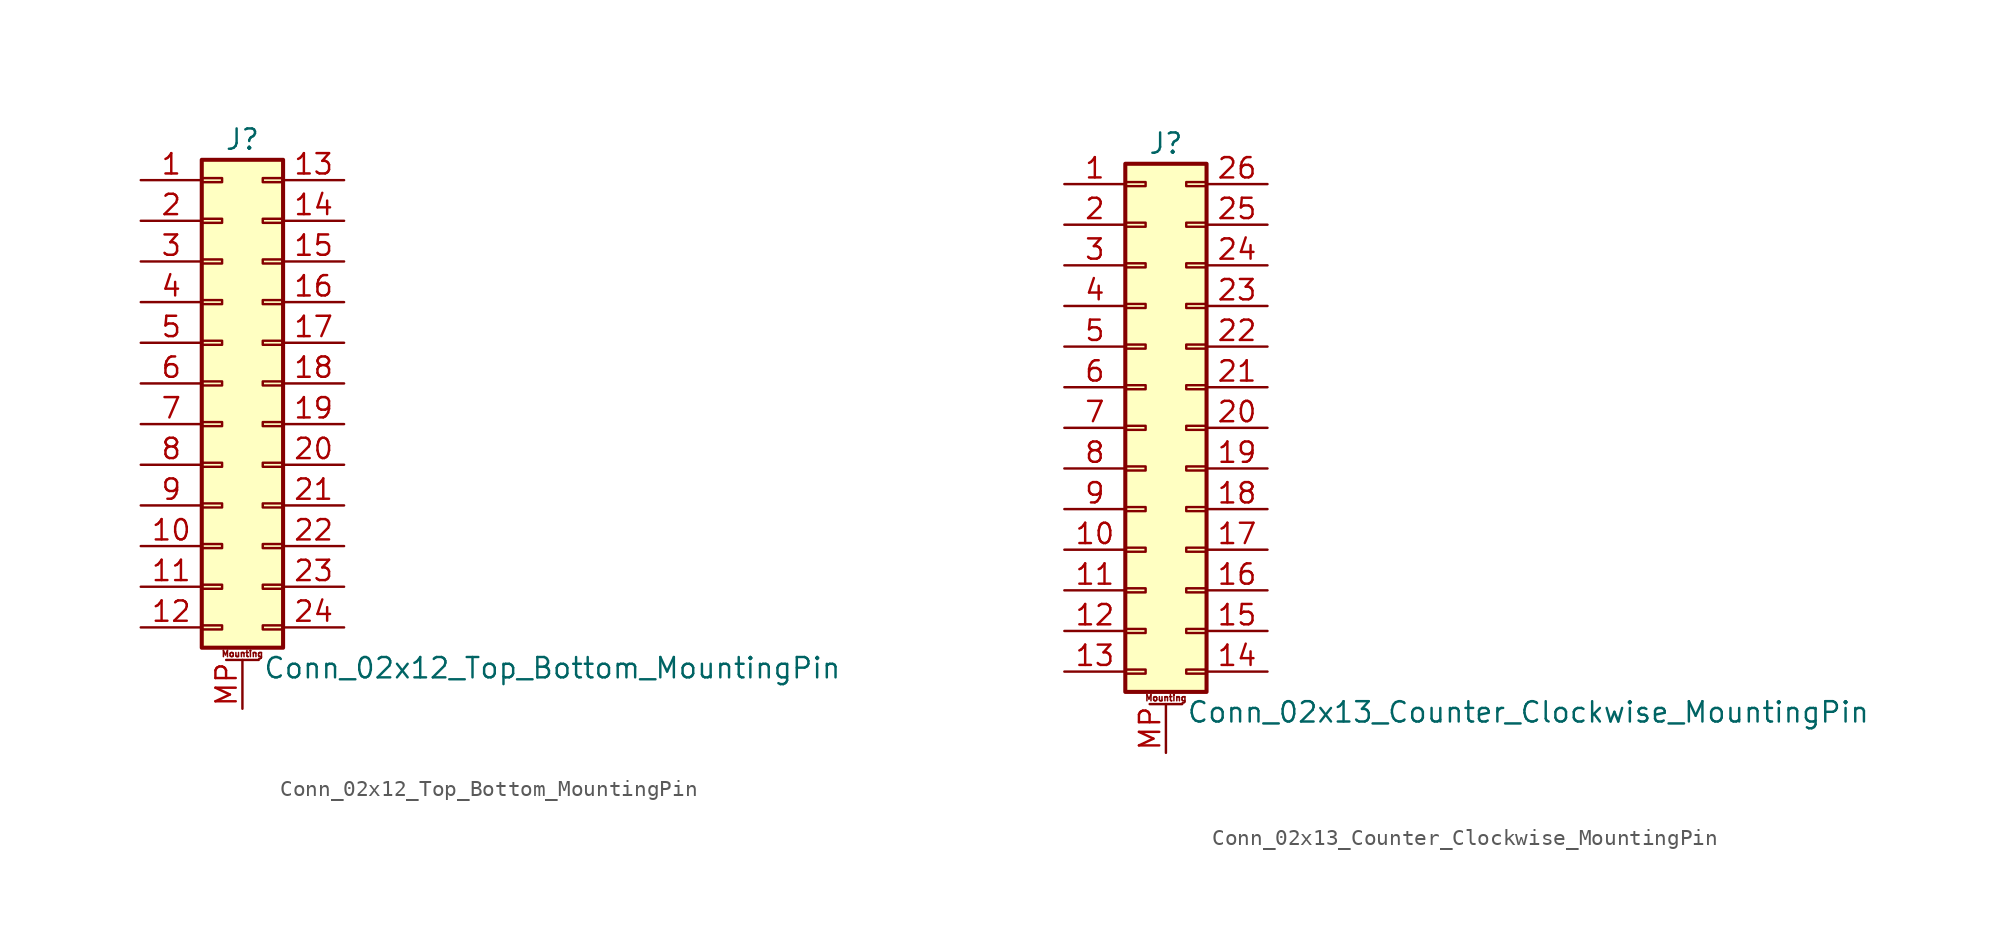
<source format=kicad_sym>
(kicad_symbol_lib
  (version 20201005)
  (generator kicad_symbol_editor)
  (symbol "Conn_02x12_Top_Bottom_MountingPin"
    (pin_names
      (offset 1.016) hide)
    (property "Reference" "J"
      (at 1.27 15.24 0)
      (effects (font (size 1.27 1.27))))
    (property "Value" "Conn_02x12_Top_Bottom_MountingPin"
      (at 2.54 -17.78 0)
      (effects (font (size 1.27 1.27)) (justify left)))
    (symbol "Conn_02x12_Top_Bottom_MountingPin_1_1"
      (text "Mounting" (at 1.27 -16.891 0) (effects (font (size 0.381 0.381))))
      (rectangle (start -1.27 -15.113) (end 0 -15.367) (stroke (width 0.152)) (fill (type none)))
      (rectangle (start -1.27 -12.573) (end 0 -12.827) (stroke (width 0.152)) (fill (type none)))
      (rectangle (start -1.27 -10.033) (end 0 -10.287) (stroke (width 0.152)) (fill (type none)))
      (rectangle (start -1.27 -7.493) (end 0 -7.747) (stroke (width 0.152)) (fill (type none)))
      (rectangle (start -1.27 -4.953) (end 0 -5.207) (stroke (width 0.152)) (fill (type none)))
      (rectangle (start -1.27 -2.413) (end 0 -2.667) (stroke (width 0.152)) (fill (type none)))
      (rectangle (start -1.27 0.127) (end 0 -0.127) (stroke (width 0.152)) (fill (type none)))
      (rectangle (start -1.27 2.667) (end 0 2.413) (stroke (width 0.152)) (fill (type none)))
      (rectangle (start -1.27 5.207) (end 0 4.953) (stroke (width 0.152)) (fill (type none)))
      (rectangle (start -1.27 7.747) (end 0 7.493) (stroke (width 0.152)) (fill (type none)))
      (rectangle (start -1.27 10.287) (end 0 10.033) (stroke (width 0.152)) (fill (type none)))
      (rectangle (start -1.27 12.827) (end 0 12.573) (stroke (width 0.152)) (fill (type none)))
      (rectangle (start 3.81 -15.113) (end 2.54 -15.367) (stroke (width 0.152)) (fill (type none)))
      (rectangle (start 3.81 -12.573) (end 2.54 -12.827) (stroke (width 0.152)) (fill (type none)))
      (rectangle (start 3.81 -10.033) (end 2.54 -10.287) (stroke (width 0.152)) (fill (type none)))
      (rectangle (start 3.81 -7.493) (end 2.54 -7.747) (stroke (width 0.152)) (fill (type none)))
      (rectangle (start 3.81 -4.953) (end 2.54 -5.207) (stroke (width 0.152)) (fill (type none)))
      (rectangle (start 3.81 -2.413) (end 2.54 -2.667) (stroke (width 0.152)) (fill (type none)))
      (rectangle (start 3.81 0.127) (end 2.54 -0.127) (stroke (width 0.152)) (fill (type none)))
      (rectangle (start 3.81 2.667) (end 2.54 2.413) (stroke (width 0.152)) (fill (type none)))
      (rectangle (start 3.81 5.207) (end 2.54 4.953) (stroke (width 0.152)) (fill (type none)))
      (rectangle (start 3.81 7.747) (end 2.54 7.493) (stroke (width 0.152)) (fill (type none)))
      (rectangle (start 3.81 10.287) (end 2.54 10.033) (stroke (width 0.152)) (fill (type none)))
      (rectangle (start 3.81 12.827) (end 2.54 12.573) (stroke (width 0.152)) (fill (type none)))
      (rectangle (start -1.27 13.97) (end 3.81 -16.51) (stroke (width 0.254)) (fill (type background)))
      (polyline (pts (xy 0.254 -17.272) (xy 2.286 -17.272)) (stroke (width 0.152)) (fill (type none)))
      (pin passive line (at -5.08 12.7 0) (length 3.81) (name "Pin_1" (effects (font (size 1.27 1.27)))) (number "1" (effects (font (size 1.27 1.27)))))
      (pin passive line (at -5.08 -10.16 0) (length 3.81) (name "Pin_10" (effects (font (size 1.27 1.27)))) (number "10" (effects (font (size 1.27 1.27)))))
      (pin passive line (at -5.08 -12.7 0) (length 3.81) (name "Pin_11" (effects (font (size 1.27 1.27)))) (number "11" (effects (font (size 1.27 1.27)))))
      (pin passive line (at -5.08 -15.24 0) (length 3.81) (name "Pin_12" (effects (font (size 1.27 1.27)))) (number "12" (effects (font (size 1.27 1.27)))))
      (pin passive line (at 7.62 12.7 180) (length 3.81) (name "Pin_13" (effects (font (size 1.27 1.27)))) (number "13" (effects (font (size 1.27 1.27)))))
      (pin passive line (at 7.62 10.16 180) (length 3.81) (name "Pin_14" (effects (font (size 1.27 1.27)))) (number "14" (effects (font (size 1.27 1.27)))))
      (pin passive line (at 7.62 7.62 180) (length 3.81) (name "Pin_15" (effects (font (size 1.27 1.27)))) (number "15" (effects (font (size 1.27 1.27)))))
      (pin passive line (at 7.62 5.08 180) (length 3.81) (name "Pin_16" (effects (font (size 1.27 1.27)))) (number "16" (effects (font (size 1.27 1.27)))))
      (pin passive line (at 7.62 2.54 180) (length 3.81) (name "Pin_17" (effects (font (size 1.27 1.27)))) (number "17" (effects (font (size 1.27 1.27)))))
      (pin passive line (at 7.62 0 180) (length 3.81) (name "Pin_18" (effects (font (size 1.27 1.27)))) (number "18" (effects (font (size 1.27 1.27)))))
      (pin passive line (at 7.62 -2.54 180) (length 3.81) (name "Pin_19" (effects (font (size 1.27 1.27)))) (number "19" (effects (font (size 1.27 1.27)))))
      (pin passive line (at -5.08 10.16 0) (length 3.81) (name "Pin_2" (effects (font (size 1.27 1.27)))) (number "2" (effects (font (size 1.27 1.27)))))
      (pin passive line (at 7.62 -5.08 180) (length 3.81) (name "Pin_20" (effects (font (size 1.27 1.27)))) (number "20" (effects (font (size 1.27 1.27)))))
      (pin passive line (at 7.62 -7.62 180) (length 3.81) (name "Pin_21" (effects (font (size 1.27 1.27)))) (number "21" (effects (font (size 1.27 1.27)))))
      (pin passive line (at 7.62 -10.16 180) (length 3.81) (name "Pin_22" (effects (font (size 1.27 1.27)))) (number "22" (effects (font (size 1.27 1.27)))))
      (pin passive line (at 7.62 -12.7 180) (length 3.81) (name "Pin_23" (effects (font (size 1.27 1.27)))) (number "23" (effects (font (size 1.27 1.27)))))
      (pin passive line (at 7.62 -15.24 180) (length 3.81) (name "Pin_24" (effects (font (size 1.27 1.27)))) (number "24" (effects (font (size 1.27 1.27)))))
      (pin passive line (at -5.08 7.62 0) (length 3.81) (name "Pin_3" (effects (font (size 1.27 1.27)))) (number "3" (effects (font (size 1.27 1.27)))))
      (pin passive line (at -5.08 5.08 0) (length 3.81) (name "Pin_4" (effects (font (size 1.27 1.27)))) (number "4" (effects (font (size 1.27 1.27)))))
      (pin passive line (at -5.08 2.54 0) (length 3.81) (name "Pin_5" (effects (font (size 1.27 1.27)))) (number "5" (effects (font (size 1.27 1.27)))))
      (pin passive line (at -5.08 0 0) (length 3.81) (name "Pin_6" (effects (font (size 1.27 1.27)))) (number "6" (effects (font (size 1.27 1.27)))))
      (pin passive line (at -5.08 -2.54 0) (length 3.81) (name "Pin_7" (effects (font (size 1.27 1.27)))) (number "7" (effects (font (size 1.27 1.27)))))
      (pin passive line (at -5.08 -5.08 0) (length 3.81) (name "Pin_8" (effects (font (size 1.27 1.27)))) (number "8" (effects (font (size 1.27 1.27)))))
      (pin passive line (at -5.08 -7.62 0) (length 3.81) (name "Pin_9" (effects (font (size 1.27 1.27)))) (number "9" (effects (font (size 1.27 1.27)))))
      (pin passive line (at 1.27 -20.32 90) (length 3.048) (name "MountPin" (effects (font (size 1.27 1.27)))) (number "MP" (effects (font (size 1.27 1.27)))))))
  (symbol "Conn_02x13_Counter_Clockwise_MountingPin"
    (pin_names
      (offset 1.016) hide)
    (property "Reference" "J"
      (at 1.27 17.78 0)
      (effects (font (size 1.27 1.27))))
    (property "Value" "Conn_02x13_Counter_Clockwise_MountingPin"
      (at 2.54 -17.78 0)
      (effects (font (size 1.27 1.27)) (justify left)))
    (symbol "Conn_02x13_Counter_Clockwise_MountingPin_1_1"
      (text "Mounting" (at 1.27 -16.891 0) (effects (font (size 0.381 0.381))))
      (rectangle (start -1.27 -15.113) (end 0 -15.367) (stroke (width 0.152)) (fill (type none)))
      (rectangle (start -1.27 -12.573) (end 0 -12.827) (stroke (width 0.152)) (fill (type none)))
      (rectangle (start -1.27 -10.033) (end 0 -10.287) (stroke (width 0.152)) (fill (type none)))
      (rectangle (start -1.27 -7.493) (end 0 -7.747) (stroke (width 0.152)) (fill (type none)))
      (rectangle (start -1.27 -4.953) (end 0 -5.207) (stroke (width 0.152)) (fill (type none)))
      (rectangle (start -1.27 -2.413) (end 0 -2.667) (stroke (width 0.152)) (fill (type none)))
      (rectangle (start -1.27 0.127) (end 0 -0.127) (stroke (width 0.152)) (fill (type none)))
      (rectangle (start -1.27 2.667) (end 0 2.413) (stroke (width 0.152)) (fill (type none)))
      (rectangle (start -1.27 5.207) (end 0 4.953) (stroke (width 0.152)) (fill (type none)))
      (rectangle (start -1.27 7.747) (end 0 7.493) (stroke (width 0.152)) (fill (type none)))
      (rectangle (start -1.27 10.287) (end 0 10.033) (stroke (width 0.152)) (fill (type none)))
      (rectangle (start -1.27 12.827) (end 0 12.573) (stroke (width 0.152)) (fill (type none)))
      (rectangle (start -1.27 15.367) (end 0 15.113) (stroke (width 0.152)) (fill (type none)))
      (rectangle (start 3.81 -15.113) (end 2.54 -15.367) (stroke (width 0.152)) (fill (type none)))
      (rectangle (start 3.81 -12.573) (end 2.54 -12.827) (stroke (width 0.152)) (fill (type none)))
      (rectangle (start 3.81 -10.033) (end 2.54 -10.287) (stroke (width 0.152)) (fill (type none)))
      (rectangle (start 3.81 -7.493) (end 2.54 -7.747) (stroke (width 0.152)) (fill (type none)))
      (rectangle (start 3.81 -4.953) (end 2.54 -5.207) (stroke (width 0.152)) (fill (type none)))
      (rectangle (start 3.81 -2.413) (end 2.54 -2.667) (stroke (width 0.152)) (fill (type none)))
      (rectangle (start 3.81 0.127) (end 2.54 -0.127) (stroke (width 0.152)) (fill (type none)))
      (rectangle (start 3.81 2.667) (end 2.54 2.413) (stroke (width 0.152)) (fill (type none)))
      (rectangle (start 3.81 5.207) (end 2.54 4.953) (stroke (width 0.152)) (fill (type none)))
      (rectangle (start 3.81 7.747) (end 2.54 7.493) (stroke (width 0.152)) (fill (type none)))
      (rectangle (start 3.81 10.287) (end 2.54 10.033) (stroke (width 0.152)) (fill (type none)))
      (rectangle (start 3.81 12.827) (end 2.54 12.573) (stroke (width 0.152)) (fill (type none)))
      (rectangle (start 3.81 15.367) (end 2.54 15.113) (stroke (width 0.152)) (fill (type none)))
      (rectangle (start -1.27 16.51) (end 3.81 -16.51) (stroke (width 0.254)) (fill (type background)))
      (polyline (pts (xy 0.254 -17.272) (xy 2.286 -17.272)) (stroke (width 0.152)) (fill (type none)))
      (pin passive line (at -5.08 15.24 0) (length 3.81) (name "Pin_1" (effects (font (size 1.27 1.27)))) (number "1" (effects (font (size 1.27 1.27)))))
      (pin passive line (at -5.08 -7.62 0) (length 3.81) (name "Pin_10" (effects (font (size 1.27 1.27)))) (number "10" (effects (font (size 1.27 1.27)))))
      (pin passive line (at -5.08 -10.16 0) (length 3.81) (name "Pin_11" (effects (font (size 1.27 1.27)))) (number "11" (effects (font (size 1.27 1.27)))))
      (pin passive line (at -5.08 -12.7 0) (length 3.81) (name "Pin_12" (effects (font (size 1.27 1.27)))) (number "12" (effects (font (size 1.27 1.27)))))
      (pin passive line (at -5.08 -15.24 0) (length 3.81) (name "Pin_13" (effects (font (size 1.27 1.27)))) (number "13" (effects (font (size 1.27 1.27)))))
      (pin passive line (at 7.62 -15.24 180) (length 3.81) (name "Pin_14" (effects (font (size 1.27 1.27)))) (number "14" (effects (font (size 1.27 1.27)))))
      (pin passive line (at 7.62 -12.7 180) (length 3.81) (name "Pin_15" (effects (font (size 1.27 1.27)))) (number "15" (effects (font (size 1.27 1.27)))))
      (pin passive line (at 7.62 -10.16 180) (length 3.81) (name "Pin_16" (effects (font (size 1.27 1.27)))) (number "16" (effects (font (size 1.27 1.27)))))
      (pin passive line (at 7.62 -7.62 180) (length 3.81) (name "Pin_17" (effects (font (size 1.27 1.27)))) (number "17" (effects (font (size 1.27 1.27)))))
      (pin passive line (at 7.62 -5.08 180) (length 3.81) (name "Pin_18" (effects (font (size 1.27 1.27)))) (number "18" (effects (font (size 1.27 1.27)))))
      (pin passive line (at 7.62 -2.54 180) (length 3.81) (name "Pin_19" (effects (font (size 1.27 1.27)))) (number "19" (effects (font (size 1.27 1.27)))))
      (pin passive line (at -5.08 12.7 0) (length 3.81) (name "Pin_2" (effects (font (size 1.27 1.27)))) (number "2" (effects (font (size 1.27 1.27)))))
      (pin passive line (at 7.62 0 180) (length 3.81) (name "Pin_20" (effects (font (size 1.27 1.27)))) (number "20" (effects (font (size 1.27 1.27)))))
      (pin passive line (at 7.62 2.54 180) (length 3.81) (name "Pin_21" (effects (font (size 1.27 1.27)))) (number "21" (effects (font (size 1.27 1.27)))))
      (pin passive line (at 7.62 5.08 180) (length 3.81) (name "Pin_22" (effects (font (size 1.27 1.27)))) (number "22" (effects (font (size 1.27 1.27)))))
      (pin passive line (at 7.62 7.62 180) (length 3.81) (name "Pin_23" (effects (font (size 1.27 1.27)))) (number "23" (effects (font (size 1.27 1.27)))))
      (pin passive line (at 7.62 10.16 180) (length 3.81) (name "Pin_24" (effects (font (size 1.27 1.27)))) (number "24" (effects (font (size 1.27 1.27)))))
      (pin passive line (at 7.62 12.7 180) (length 3.81) (name "Pin_25" (effects (font (size 1.27 1.27)))) (number "25" (effects (font (size 1.27 1.27)))))
      (pin passive line (at 7.62 15.24 180) (length 3.81) (name "Pin_26" (effects (font (size 1.27 1.27)))) (number "26" (effects (font (size 1.27 1.27)))))
      (pin passive line (at -5.08 10.16 0) (length 3.81) (name "Pin_3" (effects (font (size 1.27 1.27)))) (number "3" (effects (font (size 1.27 1.27)))))
      (pin passive line (at -5.08 7.62 0) (length 3.81) (name "Pin_4" (effects (font (size 1.27 1.27)))) (number "4" (effects (font (size 1.27 1.27)))))
      (pin passive line (at -5.08 5.08 0) (length 3.81) (name "Pin_5" (effects (font (size 1.27 1.27)))) (number "5" (effects (font (size 1.27 1.27)))))
      (pin passive line (at -5.08 2.54 0) (length 3.81) (name "Pin_6" (effects (font (size 1.27 1.27)))) (number "6" (effects (font (size 1.27 1.27)))))
      (pin passive line (at -5.08 0 0) (length 3.81) (name "Pin_7" (effects (font (size 1.27 1.27)))) (number "7" (effects (font (size 1.27 1.27)))))
      (pin passive line (at -5.08 -2.54 0) (length 3.81) (name "Pin_8" (effects (font (size 1.27 1.27)))) (number "8" (effects (font (size 1.27 1.27)))))
      (pin passive line (at -5.08 -5.08 0) (length 3.81) (name "Pin_9" (effects (font (size 1.27 1.27)))) (number "9" (effects (font (size 1.27 1.27)))))
      (pin passive line (at 1.27 -20.32 90) (length 3.048) (name "MountPin" (effects (font (size 1.27 1.27)))) (number "MP" (effects (font (size 1.27 1.27))))))))
</source>
